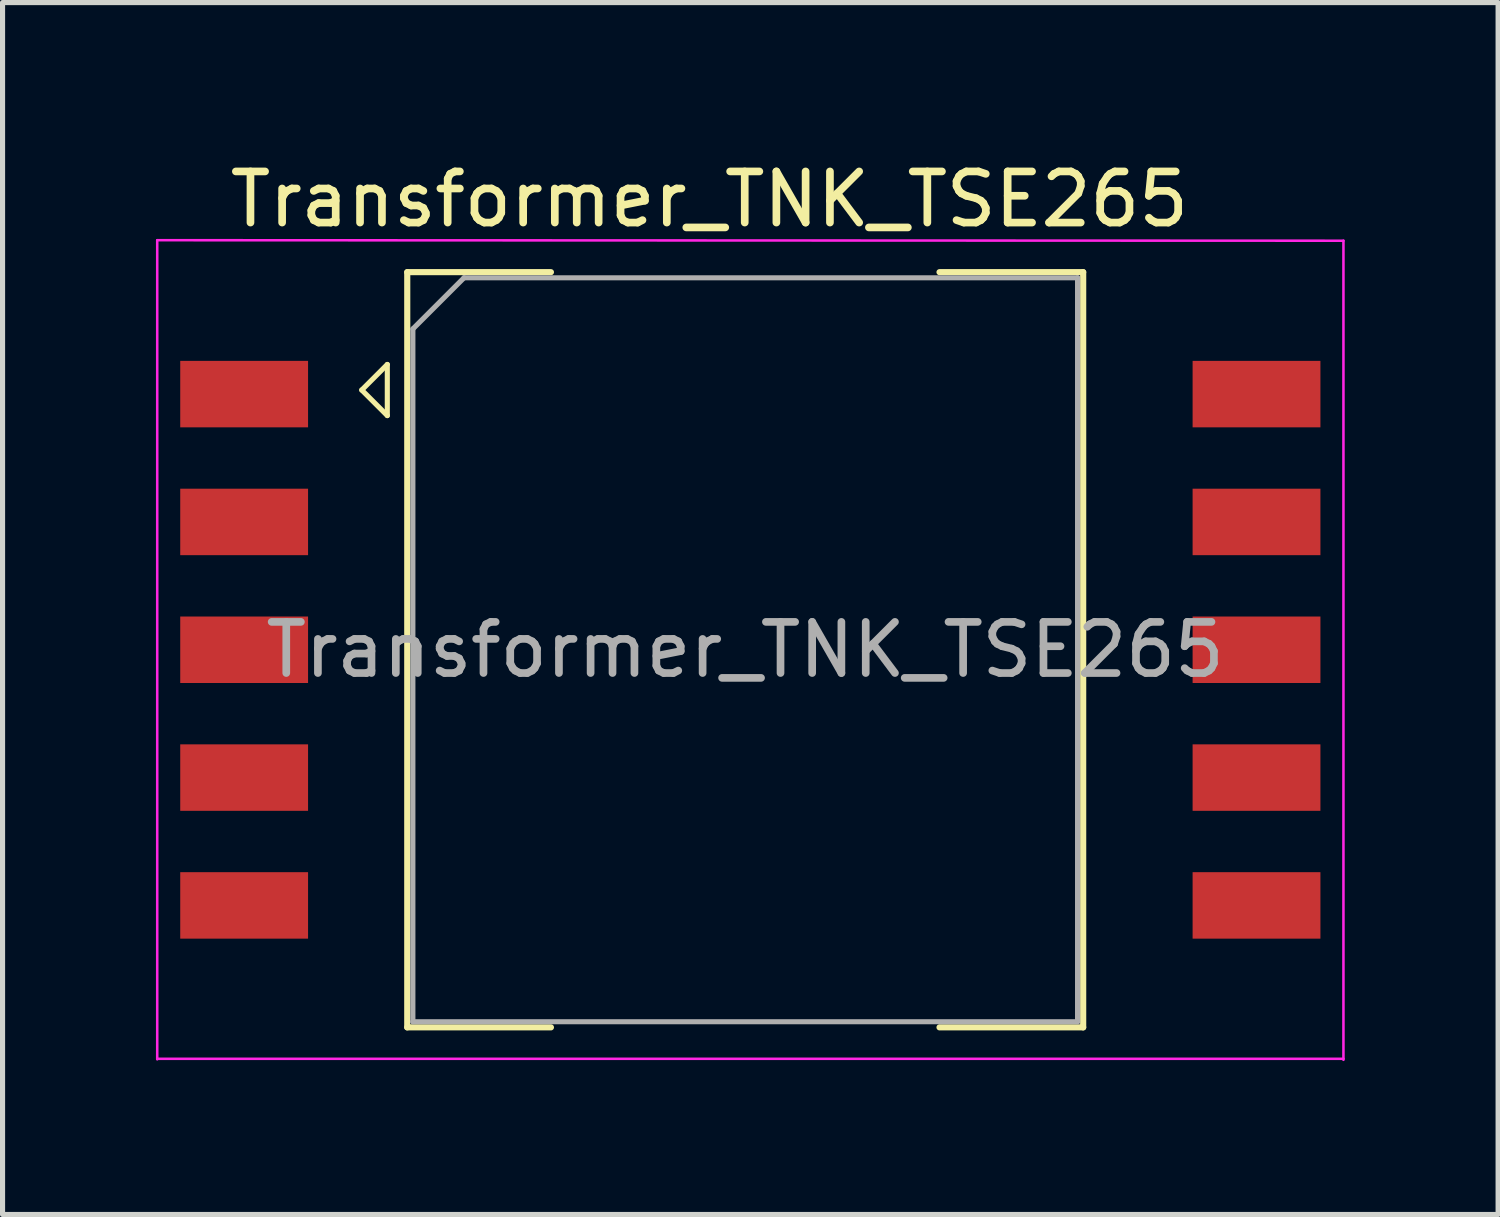
<source format=kicad_pcb>
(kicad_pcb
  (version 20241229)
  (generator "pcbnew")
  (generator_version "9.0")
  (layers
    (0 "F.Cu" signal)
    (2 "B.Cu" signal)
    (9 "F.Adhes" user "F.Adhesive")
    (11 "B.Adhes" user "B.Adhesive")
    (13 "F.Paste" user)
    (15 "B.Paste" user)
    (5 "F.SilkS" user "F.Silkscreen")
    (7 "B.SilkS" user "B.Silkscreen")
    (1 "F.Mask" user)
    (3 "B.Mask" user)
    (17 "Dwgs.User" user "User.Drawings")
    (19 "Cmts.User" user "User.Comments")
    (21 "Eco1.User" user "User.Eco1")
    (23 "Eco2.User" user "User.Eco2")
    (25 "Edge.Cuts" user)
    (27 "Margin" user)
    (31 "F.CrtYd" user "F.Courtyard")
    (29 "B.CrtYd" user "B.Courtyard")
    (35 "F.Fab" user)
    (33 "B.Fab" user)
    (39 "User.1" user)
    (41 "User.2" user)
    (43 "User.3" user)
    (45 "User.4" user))
  (footprint "Transformer_TNK_TSE265"
    (layer "F.Cu")
    (at 10.725 9.658)
    (property "Reference" "Transformer_TNK_TSE265" (at 0.1 -8.81 0) (layer "F.SilkS") (effects (font (size 1 1) (thickness 0.15))))
    (attr smd)
    (fp_line (start -6.7 -5.08) (end -6.2 -5.58) (stroke (width 0.1) (type solid)) (layer "F.SilkS"))
    (fp_line (start -6.2 -5.58) (end -6.2 -4.58) (stroke (width 0.1) (type solid)) (layer "F.SilkS"))
    (fp_line (start -6.2 -4.58) (end -6.7 -5.08) (stroke (width 0.1) (type solid)) (layer "F.SilkS"))
    (fp_line (start -5.81 7.385) (end -5.81 -7.385) (stroke (width 0.12) (type solid)) (layer "F.SilkS"))
    (fp_line (start -3 -7.385) (end -5.81 -7.385) (stroke (width 0.12) (type solid)) (layer "F.SilkS"))
    (fp_line (start -3 7.385) (end -5.81 7.385) (stroke (width 0.12) (type solid)) (layer "F.SilkS"))
    (fp_line (start 4.6 -7.385) (end 7.41 -7.385) (stroke (width 0.12) (type solid)) (layer "F.SilkS"))
    (fp_line (start 4.6 7.385) (end 7.41 7.385) (stroke (width 0.12) (type solid)) (layer "F.SilkS"))
    (fp_line (start 7.41 7.385) (end 7.41 -7.385) (stroke (width 0.12) (type solid)) (layer "F.SilkS"))
    (fp_line (start -10.7 -8.01) (end -10.7 8.01) (stroke (width 0.05) (type solid)) (layer "F.CrtYd"))
    (fp_line (start -10.7 8) (end 12.5 8) (stroke (width 0.05) (type solid)) (layer "F.CrtYd"))
    (fp_line (start 12.5 -8) (end -10.7 -8.01) (stroke (width 0.05) (type solid)) (layer "F.CrtYd"))
    (fp_line (start 12.5 -8) (end 12.5 8.02) (stroke (width 0.05) (type solid)) (layer "F.CrtYd"))
    (fp_line (start -5.7 -6.275) (end -5.7 7.275) (stroke (width 0.1) (type solid)) (layer "F.Fab"))
    (fp_line (start -5.7 -6.275) (end -4.7 -7.275) (stroke (width 0.1) (type solid)) (layer "F.Fab"))
    (fp_line (start -5.7 7.275) (end 7.3 7.275) (stroke (width 0.1) (type solid)) (layer "F.Fab"))
    (fp_line (start -4.7 -7.275) (end 7.3 -7.275) (stroke (width 0.1) (type solid)) (layer "F.Fab"))
    (fp_line (start 7.3 7.275) (end 7.3 -7.275) (stroke (width 0.1) (type solid)) (layer "F.Fab"))
    (fp_text user "${REFERENCE}" (at 0.8 0 0) (layer "F.Fab") (effects (font (size 1 1) (thickness 0.15))))
    (pad "1" smd rect (at -9 -5) (size 2.5 1.3) (layers "F.Cu" "F.Mask" "F.Paste"))
    (pad "2" smd rect (at -9 -2.5) (size 2.5 1.3) (layers "F.Cu" "F.Mask" "F.Paste"))
    (pad "3" smd rect (at -9 0) (size 2.5 1.3) (layers "F.Cu" "F.Mask" "F.Paste"))
    (pad "4" smd rect (at -9 2.5) (size 2.5 1.3) (layers "F.Cu" "F.Mask" "F.Paste"))
    (pad "5" smd rect (at -9 5) (size 2.5 1.3) (layers "F.Cu" "F.Mask" "F.Paste"))
    (pad "6" smd rect (at 10.8 5) (size 2.5 1.3) (layers "F.Cu" "F.Mask" "F.Paste"))
    (pad "7" smd rect (at 10.8 2.5) (size 2.5 1.3) (layers "F.Cu" "F.Mask" "F.Paste"))
    (pad "8" smd rect (at 10.8 0) (size 2.5 1.3) (layers "F.Cu" "F.Mask" "F.Paste"))
    (pad "9" smd rect (at 10.8 -2.5) (size 2.5 1.3) (layers "F.Cu" "F.Mask" "F.Paste"))
    (pad "10" smd rect (at 10.8 -5) (size 2.5 1.3) (layers "F.Cu" "F.Mask" "F.Paste")))
  (gr_rect
    (start -3 -3)
    (end 26.25 20.703)
    (stroke (width 0.1) (type default))
    (fill no)
    (layer "Edge.Cuts")))
</source>
